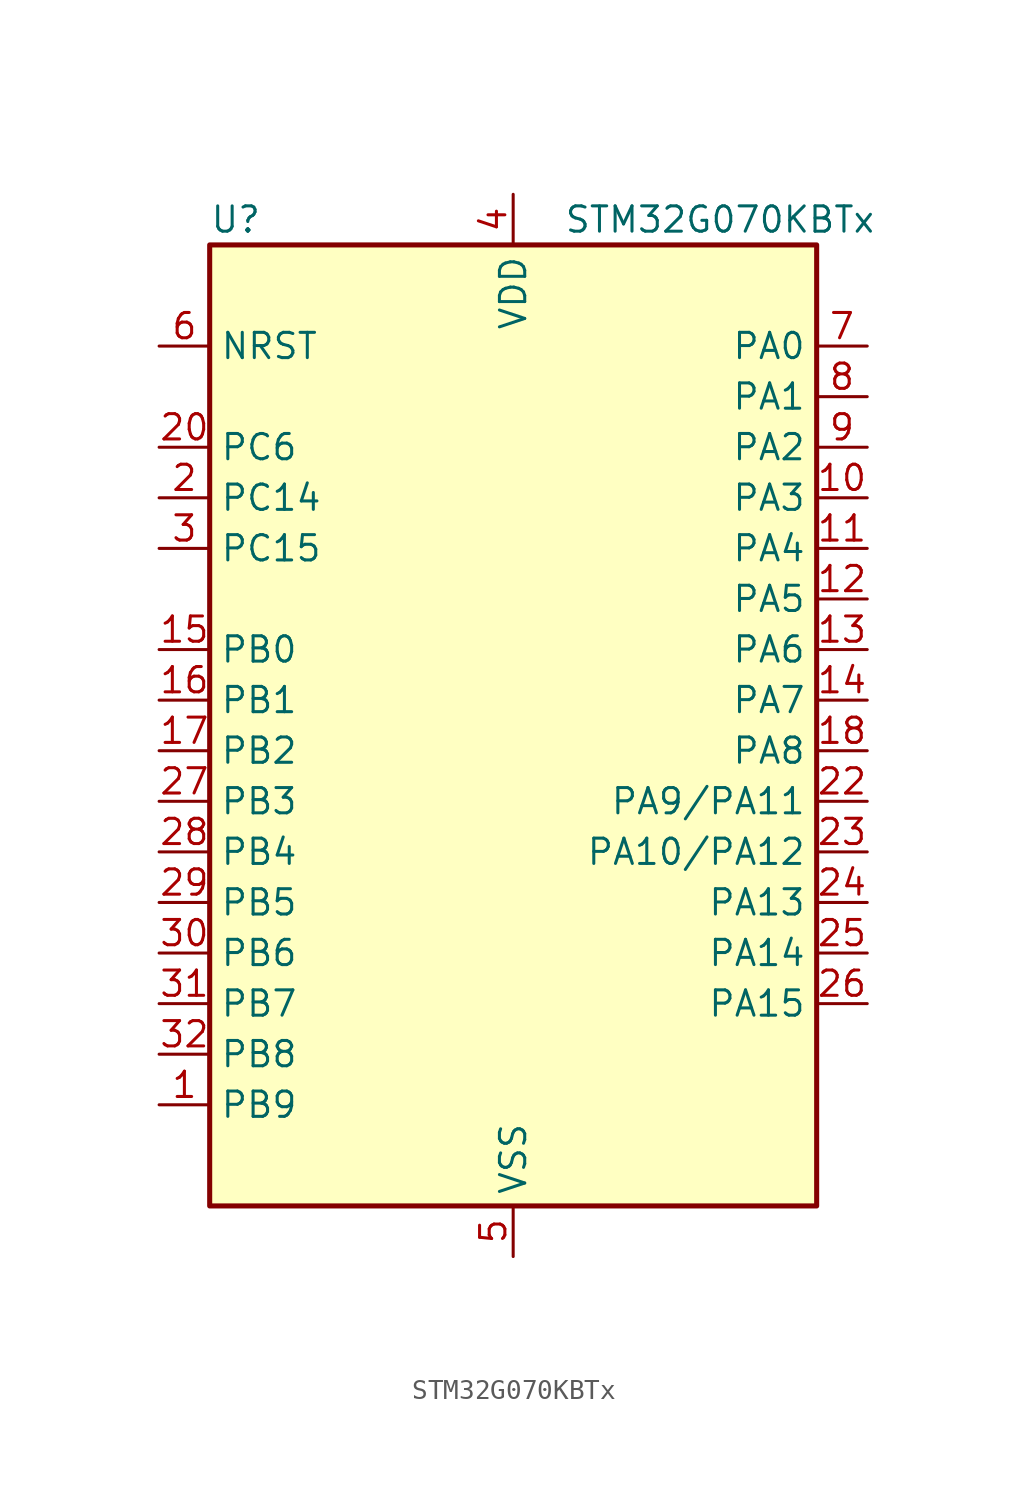
<source format=kicad_sym>
(kicad_symbol_lib
  (version 20231120)
  (generator "kicad-library-utils")
  (generator_version "8.0")
  (symbol "STM32G070KBTx"
    (property "Reference" "U"
      (at -15.24 26.67 0)
      (effects (font (size 1.27 1.27)) (justify left)))
    (property "Value" "STM32G070KBTx"
      (at 2.54 26.67 0)
      (effects (font (size 1.27 1.27)) (justify left)))
    (symbol "STM32G070KBTx_0_1"
      (rectangle (start -15.24 -22.86) (end 15.24 25.4) (stroke (width 0.254) (type default)) (fill (type background))))
    (symbol "STM32G070KBTx_1_1"
      (pin bidirectional line (at -17.78 -17.78 0) (length 2.54) (name "PB9" (effects (font (size 1.27 1.27)))) (number "1" (effects (font (size 1.27 1.27)))) (alternate "I2C1_SDA" bidirectional line) (alternate "IR_OUT" bidirectional line) (alternate "SPI2_NSS" bidirectional line) (alternate "TIM17_CH1" bidirectional line) (alternate "USART3_RX" bidirectional line))
      (pin bidirectional line (at 17.78 12.7 180) (length 2.54) (name "PA3" (effects (font (size 1.27 1.27)))) (number "10" (effects (font (size 1.27 1.27)))) (alternate "ADC1_IN3" bidirectional line) (alternate "SPI2_MISO" bidirectional line) (alternate "TIM15_CH2" bidirectional line) (alternate "USART2_RX" bidirectional line))
      (pin bidirectional line (at 17.78 10.16 180) (length 2.54) (name "PA4" (effects (font (size 1.27 1.27)))) (number "11" (effects (font (size 1.27 1.27)))) (alternate "ADC1_IN4" bidirectional line) (alternate "I2S1_WS" bidirectional line) (alternate "RTC_OUT_ALARM" bidirectional line) (alternate "RTC_OUT_CALIB" bidirectional line) (alternate "RTC_TAMP_IN1" bidirectional line) (alternate "RTC_TS" bidirectional line) (alternate "SPI1_NSS" bidirectional line) (alternate "SPI2_MOSI" bidirectional line) (alternate "SYS_WKUP2" bidirectional line) (alternate "TIM14_CH1" bidirectional line))
      (pin bidirectional line (at 17.78 7.62 180) (length 2.54) (name "PA5" (effects (font (size 1.27 1.27)))) (number "12" (effects (font (size 1.27 1.27)))) (alternate "ADC1_IN5" bidirectional line) (alternate "I2S1_CK" bidirectional line) (alternate "SPI1_SCK" bidirectional line) (alternate "USART3_TX" bidirectional line))
      (pin bidirectional line (at 17.78 5.08 180) (length 2.54) (name "PA6" (effects (font (size 1.27 1.27)))) (number "13" (effects (font (size 1.27 1.27)))) (alternate "ADC1_IN6" bidirectional line) (alternate "I2S1_MCK" bidirectional line) (alternate "SPI1_MISO" bidirectional line) (alternate "TIM16_CH1" bidirectional line) (alternate "TIM1_BK" bidirectional line) (alternate "TIM3_CH1" bidirectional line) (alternate "USART3_CTS" bidirectional line) (alternate "USART3_NSS" bidirectional line))
      (pin bidirectional line (at 17.78 2.54 180) (length 2.54) (name "PA7" (effects (font (size 1.27 1.27)))) (number "14" (effects (font (size 1.27 1.27)))) (alternate "ADC1_IN7" bidirectional line) (alternate "I2S1_SD" bidirectional line) (alternate "SPI1_MOSI" bidirectional line) (alternate "TIM14_CH1" bidirectional line) (alternate "TIM17_CH1" bidirectional line) (alternate "TIM1_CH1N" bidirectional line) (alternate "TIM3_CH2" bidirectional line))
      (pin bidirectional line (at -17.78 5.08 0) (length 2.54) (name "PB0" (effects (font (size 1.27 1.27)))) (number "15" (effects (font (size 1.27 1.27)))) (alternate "ADC1_IN8" bidirectional line) (alternate "I2S1_WS" bidirectional line) (alternate "SPI1_NSS" bidirectional line) (alternate "TIM1_CH2N" bidirectional line) (alternate "TIM3_CH3" bidirectional line) (alternate "USART3_RX" bidirectional line))
      (pin bidirectional line (at -17.78 2.54 0) (length 2.54) (name "PB1" (effects (font (size 1.27 1.27)))) (number "16" (effects (font (size 1.27 1.27)))) (alternate "ADC1_IN9" bidirectional line) (alternate "TIM14_CH1" bidirectional line) (alternate "TIM1_CH3N" bidirectional line) (alternate "TIM3_CH4" bidirectional line) (alternate "USART3_CK" bidirectional line) (alternate "USART3_DE" bidirectional line) (alternate "USART3_RTS" bidirectional line))
      (pin bidirectional line (at -17.78 0 0) (length 2.54) (name "PB2" (effects (font (size 1.27 1.27)))) (number "17" (effects (font (size 1.27 1.27)))) (alternate "ADC1_IN10" bidirectional line) (alternate "SPI2_MISO" bidirectional line) (alternate "USART3_TX" bidirectional line))
      (pin bidirectional line (at 17.78 0 180) (length 2.54) (name "PA8" (effects (font (size 1.27 1.27)))) (number "18" (effects (font (size 1.27 1.27)))) (alternate "RCC_MCO" bidirectional line) (alternate "SPI2_NSS" bidirectional line) (alternate "TIM1_CH1" bidirectional line))
      (pin no_connect line (at -15.24 -22.86 0) (length 2.54) hide (name "NC/PA9" (effects (font (size 1.27 1.27)))) (number "19" (effects (font (size 1.27 1.27)))) (alternate "NC" bidirectional line) (alternate "PA9" bidirectional line) (alternate "I2C1_SCL (PA9)" bidirectional line) (alternate "RCC_MCO (PA9)" bidirectional line) (alternate "SPI2_MISO (PA9)" bidirectional line) (alternate "TIM15_BK (PA9)" bidirectional line) (alternate "TIM1_CH2 (PA9)" bidirectional line) (alternate "USART1_TX (PA9)" bidirectional line))
      (pin bidirectional line (at -17.78 12.7 0) (length 2.54) (name "PC14" (effects (font (size 1.27 1.27)))) (number "2" (effects (font (size 1.27 1.27)))) (alternate "RCC_OSC32_IN" bidirectional line) (alternate "RCC_OSC_IN" bidirectional line) (alternate "TIM1_BK2" bidirectional line))
      (pin bidirectional line (at -17.78 15.24 0) (length 2.54) (name "PC6" (effects (font (size 1.27 1.27)))) (number "20" (effects (font (size 1.27 1.27)))) (alternate "TIM3_CH1" bidirectional line))
      (pin no_connect line (at -15.24 -20.32 0) (length 2.54) hide (name "NC/PA10" (effects (font (size 1.27 1.27)))) (number "21" (effects (font (size 1.27 1.27)))) (alternate "NC" bidirectional line) (alternate "PA10" bidirectional line) (alternate "I2C1_SDA (PA10)" bidirectional line) (alternate "SPI2_MOSI (PA10)" bidirectional line) (alternate "TIM17_BK (PA10)" bidirectional line) (alternate "TIM1_CH3 (PA10)" bidirectional line) (alternate "USART1_RX (PA10)" bidirectional line))
      (pin bidirectional line (at 17.78 -2.54 180) (length 2.54) (name "PA9/PA11" (effects (font (size 1.27 1.27)))) (number "22" (effects (font (size 1.27 1.27)))) (alternate "PA9" bidirectional line) (alternate "I2C1_SCL (PA9)" bidirectional line) (alternate "RCC_MCO (PA9)" bidirectional line) (alternate "SPI2_MISO (PA9)" bidirectional line) (alternate "TIM15_BK (PA9)" bidirectional line) (alternate "TIM1_CH2 (PA9)" bidirectional line) (alternate "USART1_TX (PA9)" bidirectional line) (alternate "PA11" bidirectional line) (alternate "ADC1_EXTI11 (PA11)" bidirectional line) (alternate "I2C2_SCL (PA11)" bidirectional line) (alternate "I2S1_MCK (PA11)" bidirectional line) (alternate "SPI1_MISO (PA11)" bidirectional line) (alternate "TIM1_BK2 (PA11)" bidirectional line) (alternate "TIM1_CH4 (PA11)" bidirectional line) (alternate "USART1_CTS (PA11)" bidirectional line) (alternate "USART1_NSS (PA11)" bidirectional line))
      (pin bidirectional line (at 17.78 -5.08 180) (length 2.54) (name "PA10/PA12" (effects (font (size 1.27 1.27)))) (number "23" (effects (font (size 1.27 1.27)))) (alternate "PA10" bidirectional line) (alternate "I2C1_SDA (PA10)" bidirectional line) (alternate "SPI2_MOSI (PA10)" bidirectional line) (alternate "TIM17_BK (PA10)" bidirectional line) (alternate "TIM1_CH3 (PA10)" bidirectional line) (alternate "USART1_RX (PA10)" bidirectional line) (alternate "PA12" bidirectional line) (alternate "I2C2_SDA (PA12)" bidirectional line) (alternate "I2S1_SD (PA12)" bidirectional line) (alternate "I2S_CKIN (PA12)" bidirectional line) (alternate "SPI1_MOSI (PA12)" bidirectional line) (alternate "TIM1_ETR (PA12)" bidirectional line) (alternate "USART1_CK (PA12)" bidirectional line) (alternate "USART1_DE (PA12)" bidirectional line) (alternate "USART1_RTS (PA12)" bidirectional line))
      (pin bidirectional line (at 17.78 -7.62 180) (length 2.54) (name "PA13" (effects (font (size 1.27 1.27)))) (number "24" (effects (font (size 1.27 1.27)))) (alternate "IR_OUT" bidirectional line) (alternate "SYS_SWDIO" bidirectional line))
      (pin bidirectional line (at 17.78 -10.16 180) (length 2.54) (name "PA14" (effects (font (size 1.27 1.27)))) (number "25" (effects (font (size 1.27 1.27)))) (alternate "SYS_SWCLK" bidirectional line) (alternate "USART2_TX" bidirectional line))
      (pin bidirectional line (at 17.78 -12.7 180) (length 2.54) (name "PA15" (effects (font (size 1.27 1.27)))) (number "26" (effects (font (size 1.27 1.27)))) (alternate "I2S1_WS" bidirectional line) (alternate "SPI1_NSS" bidirectional line) (alternate "USART2_RX" bidirectional line) (alternate "USART3_CK" bidirectional line) (alternate "USART3_DE" bidirectional line) (alternate "USART3_RTS" bidirectional line) (alternate "USART4_CK" bidirectional line) (alternate "USART4_DE" bidirectional line) (alternate "USART4_RTS" bidirectional line))
      (pin bidirectional line (at -17.78 -2.54 0) (length 2.54) (name "PB3" (effects (font (size 1.27 1.27)))) (number "27" (effects (font (size 1.27 1.27)))) (alternate "I2S1_CK" bidirectional line) (alternate "SPI1_SCK" bidirectional line) (alternate "TIM1_CH2" bidirectional line) (alternate "USART1_CK" bidirectional line) (alternate "USART1_DE" bidirectional line) (alternate "USART1_RTS" bidirectional line))
      (pin bidirectional line (at -17.78 -5.08 0) (length 2.54) (name "PB4" (effects (font (size 1.27 1.27)))) (number "28" (effects (font (size 1.27 1.27)))) (alternate "I2S1_MCK" bidirectional line) (alternate "SPI1_MISO" bidirectional line) (alternate "TIM17_BK" bidirectional line) (alternate "TIM3_CH1" bidirectional line) (alternate "USART1_CTS" bidirectional line) (alternate "USART1_NSS" bidirectional line))
      (pin bidirectional line (at -17.78 -7.62 0) (length 2.54) (name "PB5" (effects (font (size 1.27 1.27)))) (number "29" (effects (font (size 1.27 1.27)))) (alternate "I2C1_SMBA" bidirectional line) (alternate "I2S1_SD" bidirectional line) (alternate "SPI1_MOSI" bidirectional line) (alternate "SYS_WKUP6" bidirectional line) (alternate "TIM16_BK" bidirectional line) (alternate "TIM3_CH2" bidirectional line))
      (pin bidirectional line (at -17.78 10.16 0) (length 2.54) (name "PC15" (effects (font (size 1.27 1.27)))) (number "3" (effects (font (size 1.27 1.27)))) (alternate "RCC_OSC32_EN" bidirectional line) (alternate "RCC_OSC32_OUT" bidirectional line) (alternate "RCC_OSC_EN" bidirectional line) (alternate "TIM15_BK" bidirectional line))
      (pin bidirectional line (at -17.78 -10.16 0) (length 2.54) (name "PB6" (effects (font (size 1.27 1.27)))) (number "30" (effects (font (size 1.27 1.27)))) (alternate "I2C1_SCL" bidirectional line) (alternate "SPI2_MISO" bidirectional line) (alternate "TIM16_CH1N" bidirectional line) (alternate "TIM1_CH3" bidirectional line) (alternate "USART1_TX" bidirectional line))
      (pin bidirectional line (at -17.78 -12.7 0) (length 2.54) (name "PB7" (effects (font (size 1.27 1.27)))) (number "31" (effects (font (size 1.27 1.27)))) (alternate "I2C1_SDA" bidirectional line) (alternate "SPI2_MOSI" bidirectional line) (alternate "TIM17_CH1N" bidirectional line) (alternate "USART1_RX" bidirectional line) (alternate "USART4_CTS" bidirectional line) (alternate "USART4_NSS" bidirectional line))
      (pin bidirectional line (at -17.78 -15.24 0) (length 2.54) (name "PB8" (effects (font (size 1.27 1.27)))) (number "32" (effects (font (size 1.27 1.27)))) (alternate "I2C1_SCL" bidirectional line) (alternate "SPI2_SCK" bidirectional line) (alternate "TIM15_BK" bidirectional line) (alternate "TIM16_CH1" bidirectional line) (alternate "USART3_TX" bidirectional line))
      (pin power_in line (at 0 27.94 270) (length 2.54) (name "VDD" (effects (font (size 1.27 1.27)))) (number "4" (effects (font (size 1.27 1.27)))))
      (pin power_in line (at 0 -25.4 90) (length 2.54) (name "VSS" (effects (font (size 1.27 1.27)))) (number "5" (effects (font (size 1.27 1.27)))))
      (pin input line (at -17.78 20.32 0) (length 2.54) (name "NRST" (effects (font (size 1.27 1.27)))) (number "6" (effects (font (size 1.27 1.27)))))
      (pin bidirectional line (at 17.78 20.32 180) (length 2.54) (name "PA0" (effects (font (size 1.27 1.27)))) (number "7" (effects (font (size 1.27 1.27)))) (alternate "ADC1_IN0" bidirectional line) (alternate "RTC_TAMP_IN2" bidirectional line) (alternate "SPI2_SCK" bidirectional line) (alternate "SYS_WKUP1" bidirectional line) (alternate "USART2_CTS" bidirectional line) (alternate "USART2_NSS" bidirectional line) (alternate "USART4_TX" bidirectional line))
      (pin bidirectional line (at 17.78 17.78 180) (length 2.54) (name "PA1" (effects (font (size 1.27 1.27)))) (number "8" (effects (font (size 1.27 1.27)))) (alternate "ADC1_IN1" bidirectional line) (alternate "I2C1_SMBA" bidirectional line) (alternate "I2S1_CK" bidirectional line) (alternate "SPI1_SCK" bidirectional line) (alternate "TIM15_CH1N" bidirectional line) (alternate "USART2_CK" bidirectional line) (alternate "USART2_DE" bidirectional line) (alternate "USART2_RTS" bidirectional line) (alternate "USART4_RX" bidirectional line))
      (pin bidirectional line (at 17.78 15.24 180) (length 2.54) (name "PA2" (effects (font (size 1.27 1.27)))) (number "9" (effects (font (size 1.27 1.27)))) (alternate "ADC1_IN2" bidirectional line) (alternate "I2S1_SD" bidirectional line) (alternate "RCC_LSCO" bidirectional line) (alternate "SPI1_MOSI" bidirectional line) (alternate "SYS_WKUP4" bidirectional line) (alternate "TIM15_CH1" bidirectional line) (alternate "USART2_TX" bidirectional line)))))
</source>
